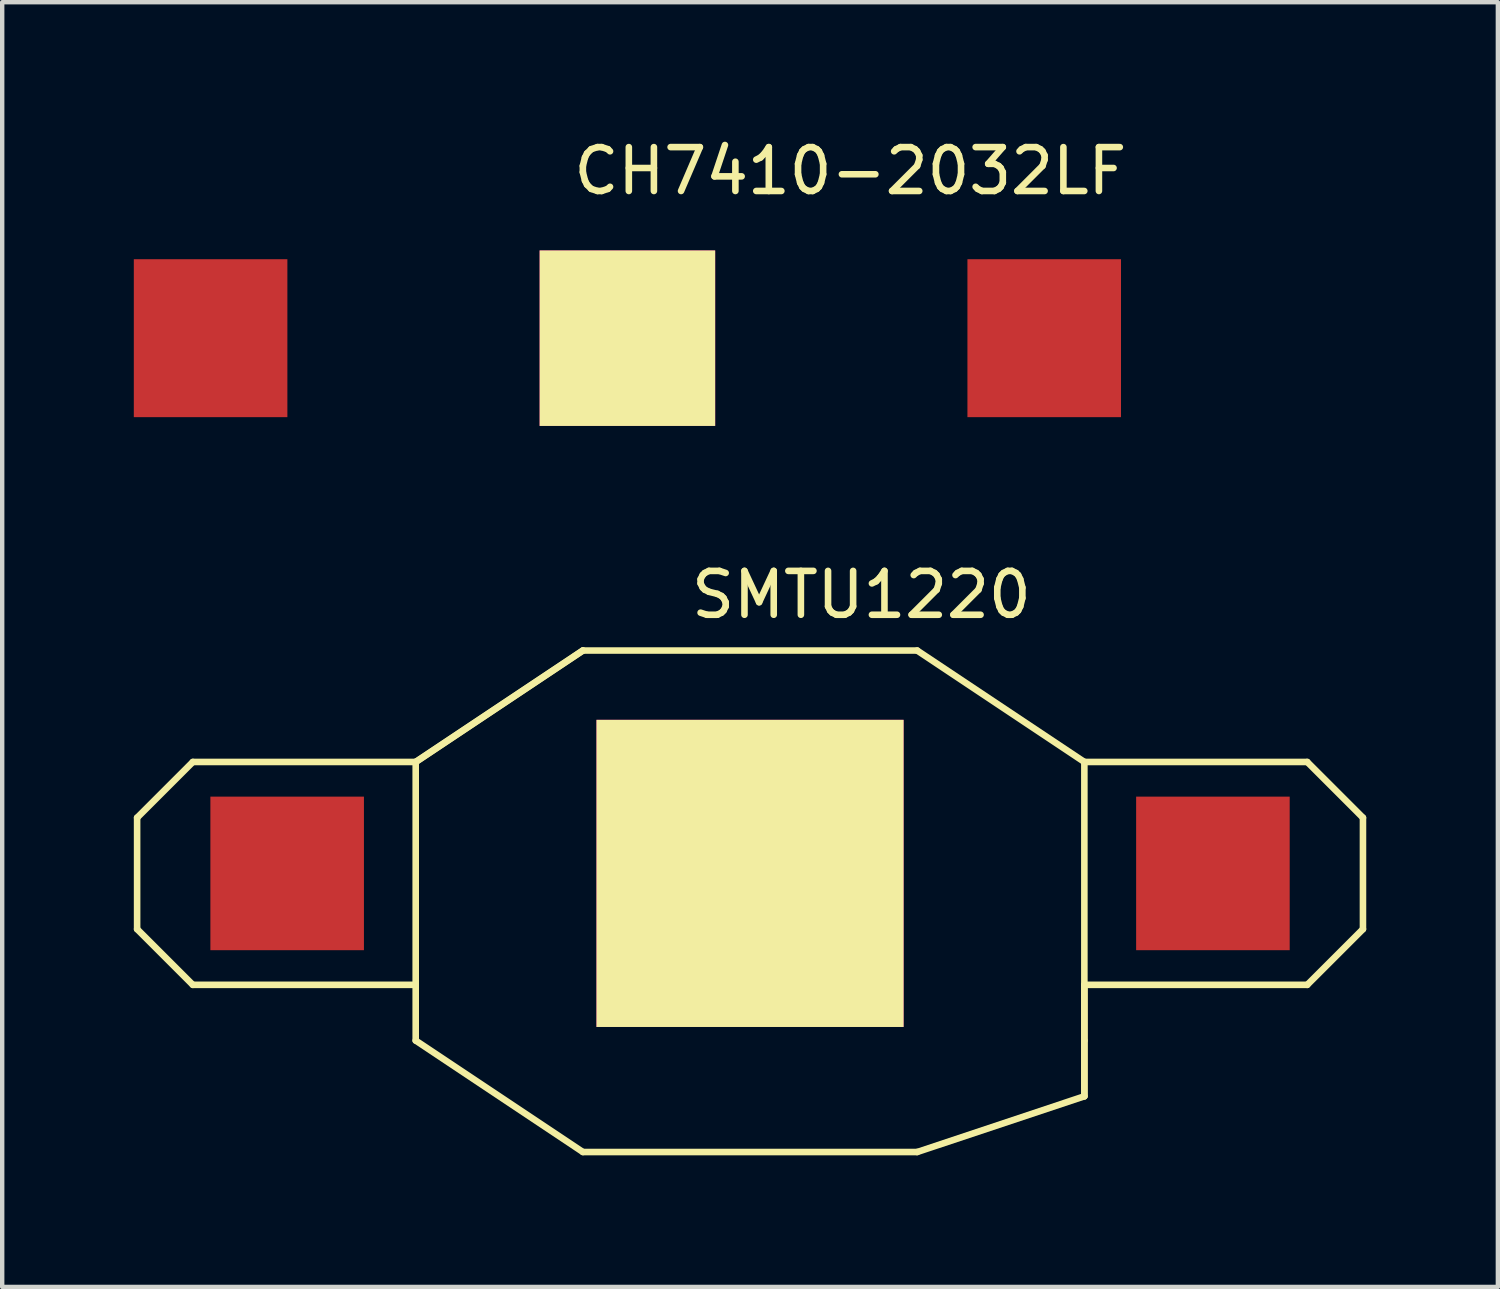
<source format=kicad_pcb>
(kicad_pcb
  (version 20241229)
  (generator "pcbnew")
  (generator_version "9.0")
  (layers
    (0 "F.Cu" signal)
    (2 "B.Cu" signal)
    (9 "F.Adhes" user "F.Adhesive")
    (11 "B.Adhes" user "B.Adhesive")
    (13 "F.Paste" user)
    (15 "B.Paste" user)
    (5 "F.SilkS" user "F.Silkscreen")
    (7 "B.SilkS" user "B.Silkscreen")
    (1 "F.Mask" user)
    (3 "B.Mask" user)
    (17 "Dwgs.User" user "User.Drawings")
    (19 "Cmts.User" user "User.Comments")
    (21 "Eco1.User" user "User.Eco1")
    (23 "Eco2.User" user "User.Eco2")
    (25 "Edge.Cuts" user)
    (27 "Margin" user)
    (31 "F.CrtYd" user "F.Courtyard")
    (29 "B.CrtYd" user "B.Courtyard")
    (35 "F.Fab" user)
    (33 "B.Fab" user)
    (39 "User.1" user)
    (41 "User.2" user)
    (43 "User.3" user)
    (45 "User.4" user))
  (footprint "CH7410-2032LF"
    (layer "F.Cu")
    (at 11.25 4.658)
    (property "Reference" "CH7410-2032LF" (at 5.08 -3.81 0) (layer "F.SilkS") (effects (font (size 1 1) (thickness 0.15))))
    (attr through_hole)
    (pad "" smd rect (at -9.5 0) (size 3.5 3.6) (layers "*.Mask" "F.Cu"))
    (pad "" smd rect (at 0 0) (size 4 4) (layers "F.Cu" "F.SilkS" "F.Adhes"))
    (pad "" smd rect (at 9.5 0) (size 3.5 3.6) (layers "*.Mask" "F.Cu")))
  (footprint "SMTU1220"
    (layer "F.Cu")
    (at 14.045 16.857)
    (property "Reference" "SMTU1220" (at 2.54 -6.35 0) (layer "F.SilkS") (effects (font (size 1 1) (thickness 0.15))))
    (attr through_hole)
    (fp_line (start -13.97 -1.27) (end -13.97 1.27) (stroke (width 0.15) (type solid)) (layer "F.SilkS"))
    (fp_line (start -13.97 1.27) (end -12.7 2.54) (stroke (width 0.15) (type solid)) (layer "F.SilkS"))
    (fp_line (start -12.7 -2.54) (end -13.97 -1.27) (stroke (width 0.15) (type solid)) (layer "F.SilkS"))
    (fp_line (start -12.7 2.54) (end -7.62 2.54) (stroke (width 0.15) (type solid)) (layer "F.SilkS"))
    (fp_line (start -7.62 -2.54) (end -12.7 -2.54) (stroke (width 0.15) (type solid)) (layer "F.SilkS"))
    (fp_line (start -7.62 -2.54) (end -3.81 -5.08) (stroke (width 0.15) (type solid)) (layer "F.SilkS"))
    (fp_line (start -7.62 3.81) (end -7.62 -2.54) (stroke (width 0.15) (type solid)) (layer "F.SilkS"))
    (fp_line (start -3.81 -5.08) (end -7.62 -2.54) (stroke (width 0.15) (type solid)) (layer "F.SilkS"))
    (fp_line (start -3.81 -5.08) (end 3.81 -5.08) (stroke (width 0.15) (type solid)) (layer "F.SilkS"))
    (fp_line (start -3.81 6.35) (end -7.62 3.81) (stroke (width 0.15) (type solid)) (layer "F.SilkS"))
    (fp_line (start 3.81 -5.08) (end 7.62 -2.54) (stroke (width 0.15) (type solid)) (layer "F.SilkS"))
    (fp_line (start 3.81 6.35) (end -3.81 6.35) (stroke (width 0.15) (type solid)) (layer "F.SilkS"))
    (fp_line (start 7.62 -2.54) (end 7.62 5.08) (stroke (width 0.15) (type solid)) (layer "F.SilkS"))
    (fp_line (start 7.62 2.54) (end 12.7 2.54) (stroke (width 0.15) (type solid)) (layer "F.SilkS"))
    (fp_line (start 7.62 3.81) (end 7.62 2.54) (stroke (width 0.15) (type solid)) (layer "F.SilkS"))
    (fp_line (start 7.62 5.08) (end 3.81 6.35) (stroke (width 0.15) (type solid)) (layer "F.SilkS"))
    (fp_line (start 7.62 5.08) (end 7.62 3.81) (stroke (width 0.15) (type solid)) (layer "F.SilkS"))
    (fp_line (start 12.7 -2.54) (end 7.62 -2.54) (stroke (width 0.15) (type solid)) (layer "F.SilkS"))
    (fp_line (start 12.7 2.54) (end 13.97 1.27) (stroke (width 0.15) (type solid)) (layer "F.SilkS"))
    (fp_line (start 13.97 -1.27) (end 12.7 -2.54) (stroke (width 0.15) (type solid)) (layer "F.SilkS"))
    (fp_line (start 13.97 1.27) (end 13.97 -1.27) (stroke (width 0.15) (type solid)) (layer "F.SilkS"))
    (pad "" smd rect (at -10.55 0) (size 3.5 3.5) (layers "*.Mask" "F.Cu"))
    (pad "" smd rect (at 0 0) (size 7 7) (layers "*.Adhes" "F.Cu" "F.SilkS"))
    (pad "" smd rect (at 10.55 0) (size 3.5 3.5) (layers "*.Mask" "F.Cu")))
  (gr_rect
    (start -3 -3)
    (end 31.09 26.282)
    (stroke (width 0.1) (type default))
    (fill no)
    (layer "Edge.Cuts")))
</source>
